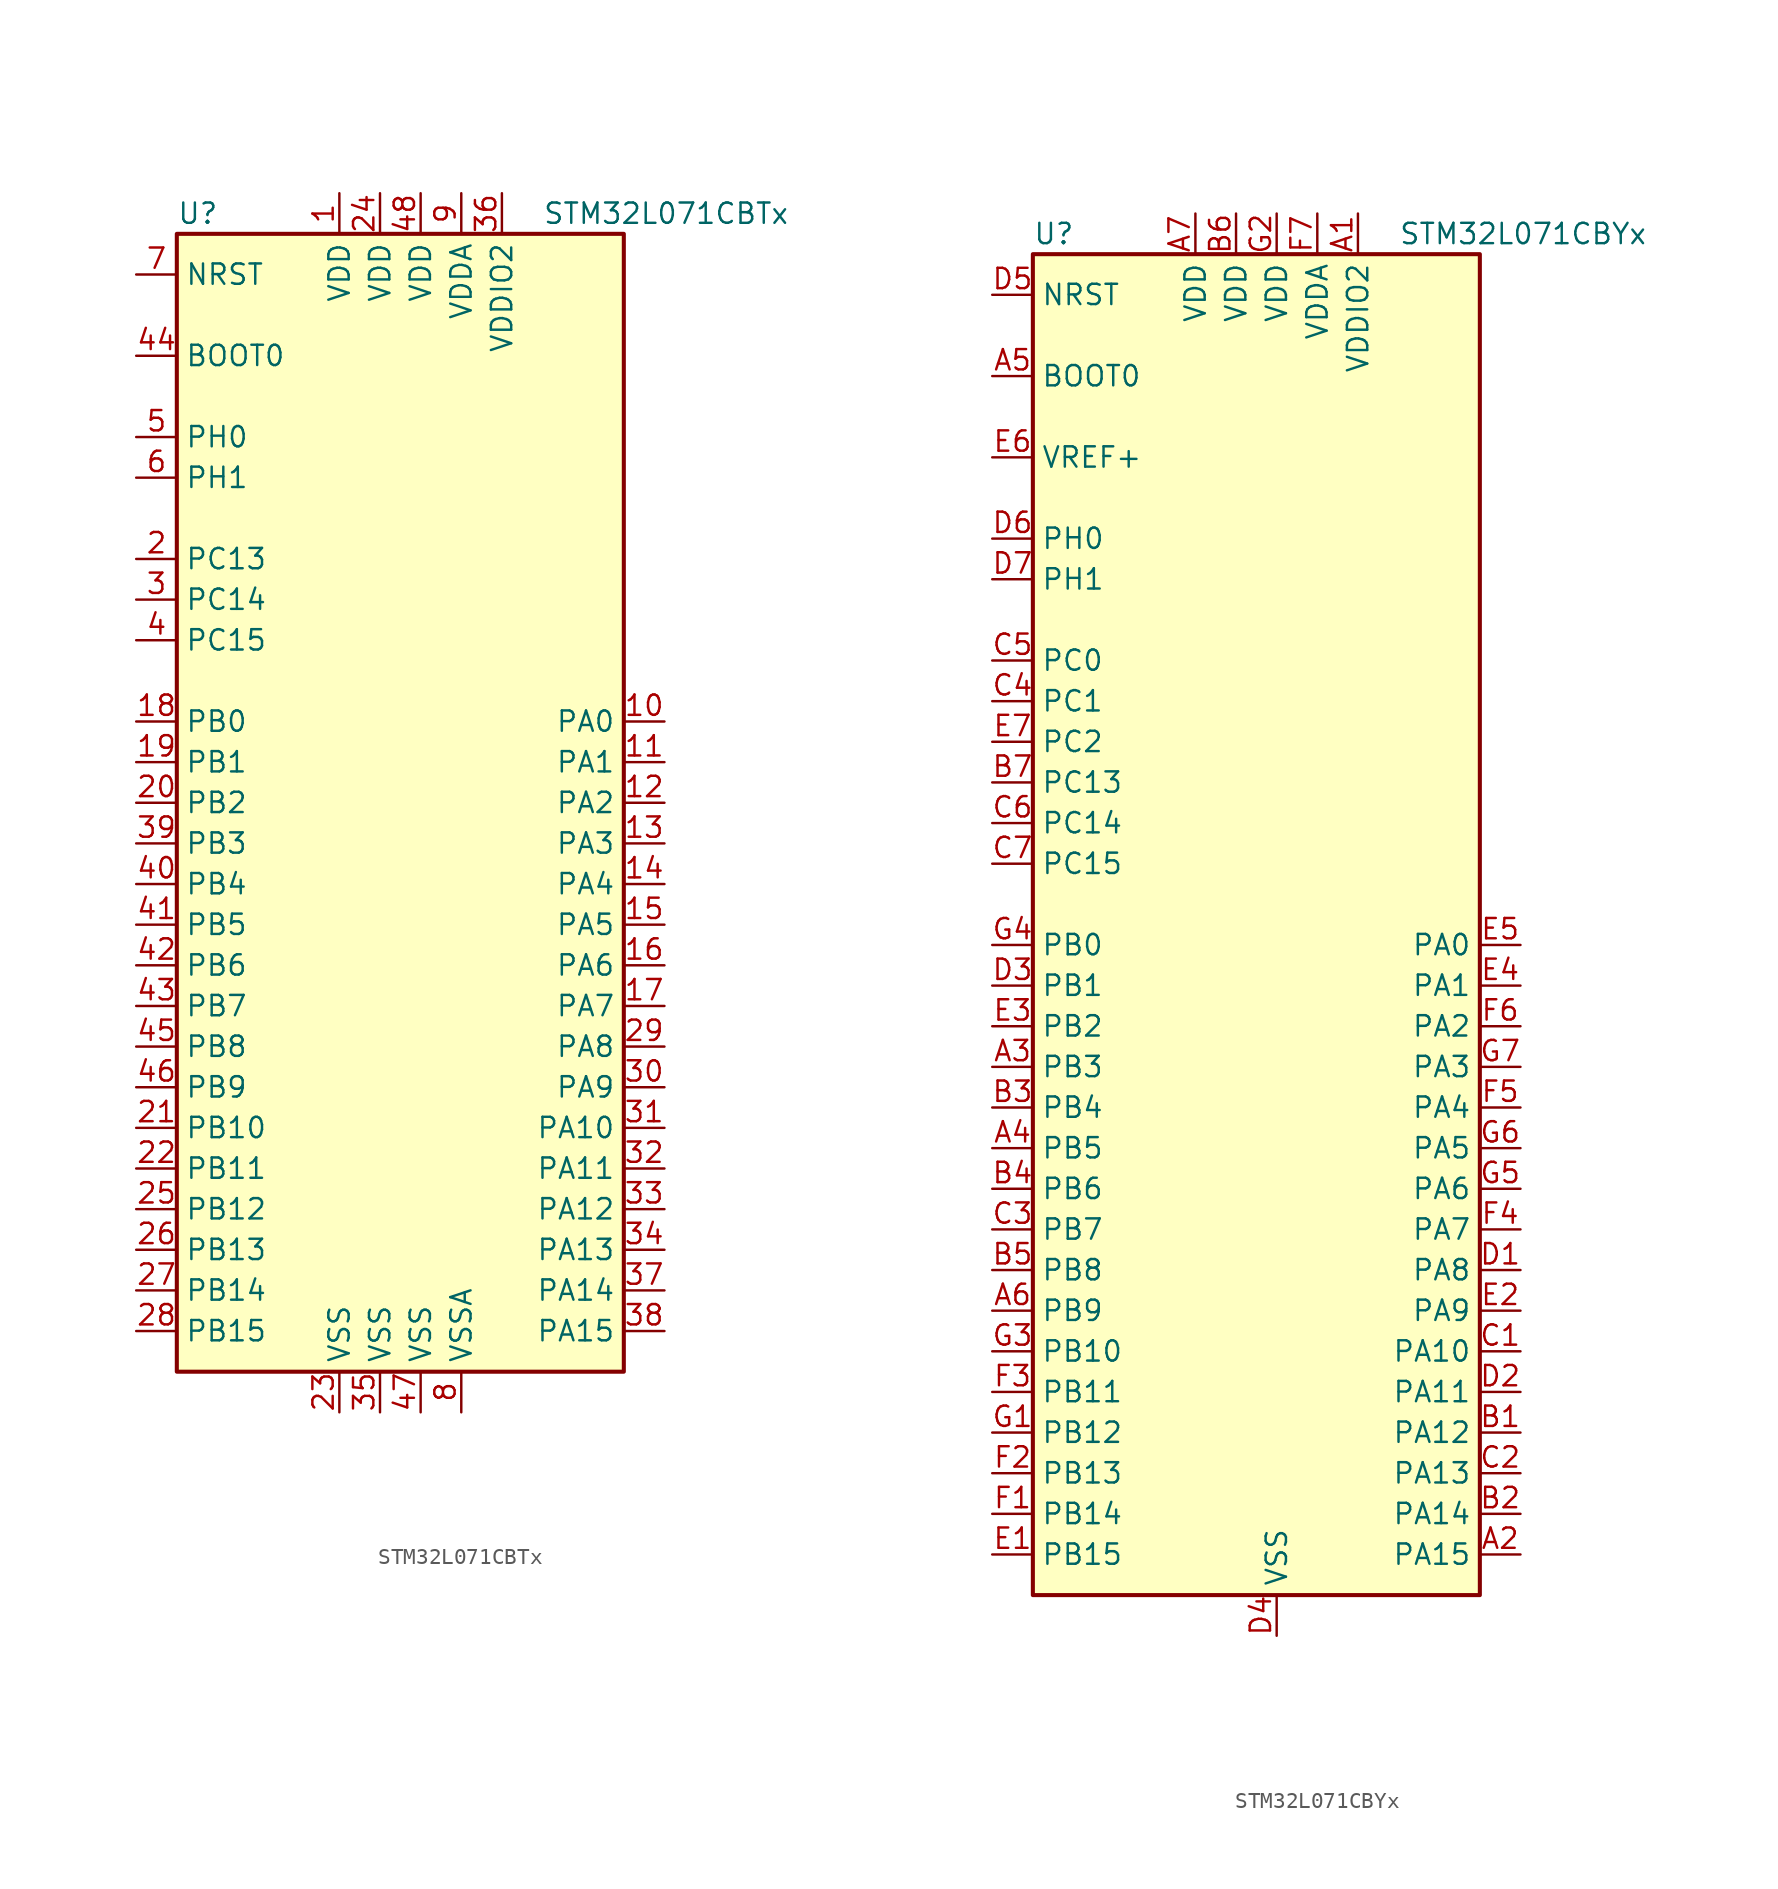
<source format=kicad_sym>
(kicad_symbol_lib
  (version 20201005)
  (generator kicad_symbol_editor)
  (symbol "MCU_ST_STM32L0:STM32L071CBTx"
    (property "Reference" "U"
      (at -15.24 36.83 0)
      (effects (font (size 1.27 1.27)) (justify left)))
    (property "Value" "STM32L071CBTx"
      (at 7.62 36.83 0)
      (effects (font (size 1.27 1.27)) (justify left)))
    (symbol "STM32L071CBTx_0_1"
      (rectangle (start -15.24 -35.56) (end 12.7 35.56) (stroke (width 0.254)) (fill (type background))))
    (symbol "STM32L071CBTx_1_1"
      (pin input line (at -17.78 27.94 0) (length 2.54) (name "BOOT0" (effects (font (size 1.27 1.27)))) (number "44" (effects (font (size 1.27 1.27)))))
      (pin input line (at -17.78 33.02 0) (length 2.54) (name "NRST" (effects (font (size 1.27 1.27)))) (number "7" (effects (font (size 1.27 1.27)))))
      (pin bidirectional line (at 15.24 5.08 180) (length 2.54) (name "PA0" (effects (font (size 1.27 1.27)))) (number "10" (effects (font (size 1.27 1.27)))))
      (pin bidirectional line (at 15.24 2.54 180) (length 2.54) (name "PA1" (effects (font (size 1.27 1.27)))) (number "11" (effects (font (size 1.27 1.27)))))
      (pin bidirectional line (at 15.24 -20.32 180) (length 2.54) (name "PA10" (effects (font (size 1.27 1.27)))) (number "31" (effects (font (size 1.27 1.27)))))
      (pin bidirectional line (at 15.24 -22.86 180) (length 2.54) (name "PA11" (effects (font (size 1.27 1.27)))) (number "32" (effects (font (size 1.27 1.27)))))
      (pin bidirectional line (at 15.24 -25.4 180) (length 2.54) (name "PA12" (effects (font (size 1.27 1.27)))) (number "33" (effects (font (size 1.27 1.27)))))
      (pin bidirectional line (at 15.24 -27.94 180) (length 2.54) (name "PA13" (effects (font (size 1.27 1.27)))) (number "34" (effects (font (size 1.27 1.27)))))
      (pin bidirectional line (at 15.24 -30.48 180) (length 2.54) (name "PA14" (effects (font (size 1.27 1.27)))) (number "37" (effects (font (size 1.27 1.27)))))
      (pin bidirectional line (at 15.24 -33.02 180) (length 2.54) (name "PA15" (effects (font (size 1.27 1.27)))) (number "38" (effects (font (size 1.27 1.27)))))
      (pin bidirectional line (at 15.24 0 180) (length 2.54) (name "PA2" (effects (font (size 1.27 1.27)))) (number "12" (effects (font (size 1.27 1.27)))))
      (pin bidirectional line (at 15.24 -2.54 180) (length 2.54) (name "PA3" (effects (font (size 1.27 1.27)))) (number "13" (effects (font (size 1.27 1.27)))))
      (pin bidirectional line (at 15.24 -5.08 180) (length 2.54) (name "PA4" (effects (font (size 1.27 1.27)))) (number "14" (effects (font (size 1.27 1.27)))))
      (pin bidirectional line (at 15.24 -7.62 180) (length 2.54) (name "PA5" (effects (font (size 1.27 1.27)))) (number "15" (effects (font (size 1.27 1.27)))))
      (pin bidirectional line (at 15.24 -10.16 180) (length 2.54) (name "PA6" (effects (font (size 1.27 1.27)))) (number "16" (effects (font (size 1.27 1.27)))))
      (pin bidirectional line (at 15.24 -12.7 180) (length 2.54) (name "PA7" (effects (font (size 1.27 1.27)))) (number "17" (effects (font (size 1.27 1.27)))))
      (pin bidirectional line (at 15.24 -15.24 180) (length 2.54) (name "PA8" (effects (font (size 1.27 1.27)))) (number "29" (effects (font (size 1.27 1.27)))))
      (pin bidirectional line (at 15.24 -17.78 180) (length 2.54) (name "PA9" (effects (font (size 1.27 1.27)))) (number "30" (effects (font (size 1.27 1.27)))))
      (pin bidirectional line (at -17.78 5.08 0) (length 2.54) (name "PB0" (effects (font (size 1.27 1.27)))) (number "18" (effects (font (size 1.27 1.27)))))
      (pin bidirectional line (at -17.78 2.54 0) (length 2.54) (name "PB1" (effects (font (size 1.27 1.27)))) (number "19" (effects (font (size 1.27 1.27)))))
      (pin bidirectional line (at -17.78 -20.32 0) (length 2.54) (name "PB10" (effects (font (size 1.27 1.27)))) (number "21" (effects (font (size 1.27 1.27)))))
      (pin bidirectional line (at -17.78 -22.86 0) (length 2.54) (name "PB11" (effects (font (size 1.27 1.27)))) (number "22" (effects (font (size 1.27 1.27)))))
      (pin bidirectional line (at -17.78 -25.4 0) (length 2.54) (name "PB12" (effects (font (size 1.27 1.27)))) (number "25" (effects (font (size 1.27 1.27)))))
      (pin bidirectional line (at -17.78 -27.94 0) (length 2.54) (name "PB13" (effects (font (size 1.27 1.27)))) (number "26" (effects (font (size 1.27 1.27)))))
      (pin bidirectional line (at -17.78 -30.48 0) (length 2.54) (name "PB14" (effects (font (size 1.27 1.27)))) (number "27" (effects (font (size 1.27 1.27)))))
      (pin bidirectional line (at -17.78 -33.02 0) (length 2.54) (name "PB15" (effects (font (size 1.27 1.27)))) (number "28" (effects (font (size 1.27 1.27)))))
      (pin bidirectional line (at -17.78 0 0) (length 2.54) (name "PB2" (effects (font (size 1.27 1.27)))) (number "20" (effects (font (size 1.27 1.27)))))
      (pin bidirectional line (at -17.78 -2.54 0) (length 2.54) (name "PB3" (effects (font (size 1.27 1.27)))) (number "39" (effects (font (size 1.27 1.27)))))
      (pin bidirectional line (at -17.78 -5.08 0) (length 2.54) (name "PB4" (effects (font (size 1.27 1.27)))) (number "40" (effects (font (size 1.27 1.27)))))
      (pin bidirectional line (at -17.78 -7.62 0) (length 2.54) (name "PB5" (effects (font (size 1.27 1.27)))) (number "41" (effects (font (size 1.27 1.27)))))
      (pin bidirectional line (at -17.78 -10.16 0) (length 2.54) (name "PB6" (effects (font (size 1.27 1.27)))) (number "42" (effects (font (size 1.27 1.27)))))
      (pin bidirectional line (at -17.78 -12.7 0) (length 2.54) (name "PB7" (effects (font (size 1.27 1.27)))) (number "43" (effects (font (size 1.27 1.27)))))
      (pin bidirectional line (at -17.78 -15.24 0) (length 2.54) (name "PB8" (effects (font (size 1.27 1.27)))) (number "45" (effects (font (size 1.27 1.27)))))
      (pin bidirectional line (at -17.78 -17.78 0) (length 2.54) (name "PB9" (effects (font (size 1.27 1.27)))) (number "46" (effects (font (size 1.27 1.27)))))
      (pin bidirectional line (at -17.78 15.24 0) (length 2.54) (name "PC13" (effects (font (size 1.27 1.27)))) (number "2" (effects (font (size 1.27 1.27)))))
      (pin bidirectional line (at -17.78 12.7 0) (length 2.54) (name "PC14" (effects (font (size 1.27 1.27)))) (number "3" (effects (font (size 1.27 1.27)))))
      (pin bidirectional line (at -17.78 10.16 0) (length 2.54) (name "PC15" (effects (font (size 1.27 1.27)))) (number "4" (effects (font (size 1.27 1.27)))))
      (pin input line (at -17.78 22.86 0) (length 2.54) (name "PH0" (effects (font (size 1.27 1.27)))) (number "5" (effects (font (size 1.27 1.27)))))
      (pin input line (at -17.78 20.32 0) (length 2.54) (name "PH1" (effects (font (size 1.27 1.27)))) (number "6" (effects (font (size 1.27 1.27)))))
      (pin power_in line (at -5.08 38.1 270) (length 2.54) (name "VDD" (effects (font (size 1.27 1.27)))) (number "1" (effects (font (size 1.27 1.27)))))
      (pin power_in line (at -2.54 38.1 270) (length 2.54) (name "VDD" (effects (font (size 1.27 1.27)))) (number "24" (effects (font (size 1.27 1.27)))))
      (pin power_in line (at 0 38.1 270) (length 2.54) (name "VDD" (effects (font (size 1.27 1.27)))) (number "48" (effects (font (size 1.27 1.27)))))
      (pin power_in line (at 2.54 38.1 270) (length 2.54) (name "VDDA" (effects (font (size 1.27 1.27)))) (number "9" (effects (font (size 1.27 1.27)))))
      (pin power_in line (at 5.08 38.1 270) (length 2.54) (name "VDDIO2" (effects (font (size 1.27 1.27)))) (number "36" (effects (font (size 1.27 1.27)))))
      (pin power_in line (at -5.08 -38.1 90) (length 2.54) (name "VSS" (effects (font (size 1.27 1.27)))) (number "23" (effects (font (size 1.27 1.27)))))
      (pin power_in line (at -2.54 -38.1 90) (length 2.54) (name "VSS" (effects (font (size 1.27 1.27)))) (number "35" (effects (font (size 1.27 1.27)))))
      (pin power_in line (at 0 -38.1 90) (length 2.54) (name "VSS" (effects (font (size 1.27 1.27)))) (number "47" (effects (font (size 1.27 1.27)))))
      (pin power_in line (at 2.54 -38.1 90) (length 2.54) (name "VSSA" (effects (font (size 1.27 1.27)))) (number "8" (effects (font (size 1.27 1.27)))))))
  (symbol "MCU_ST_STM32L0:STM32L071CBYx"
    (property "Reference" "U"
      (at -15.24 41.91 0)
      (effects (font (size 1.27 1.27)) (justify left)))
    (property "Value" "STM32L071CBYx"
      (at 7.62 41.91 0)
      (effects (font (size 1.27 1.27)) (justify left)))
    (symbol "STM32L071CBYx_0_1"
      (rectangle (start -15.24 -43.18) (end 12.7 40.64) (stroke (width 0.254)) (fill (type background))))
    (symbol "STM32L071CBYx_1_1"
      (pin input line (at -17.78 33.02 0) (length 2.54) (name "BOOT0" (effects (font (size 1.27 1.27)))) (number "A5" (effects (font (size 1.27 1.27)))))
      (pin input line (at -17.78 38.1 0) (length 2.54) (name "NRST" (effects (font (size 1.27 1.27)))) (number "D5" (effects (font (size 1.27 1.27)))))
      (pin bidirectional line (at 15.24 -2.54 180) (length 2.54) (name "PA0" (effects (font (size 1.27 1.27)))) (number "E5" (effects (font (size 1.27 1.27)))))
      (pin bidirectional line (at 15.24 -5.08 180) (length 2.54) (name "PA1" (effects (font (size 1.27 1.27)))) (number "E4" (effects (font (size 1.27 1.27)))))
      (pin bidirectional line (at 15.24 -27.94 180) (length 2.54) (name "PA10" (effects (font (size 1.27 1.27)))) (number "C1" (effects (font (size 1.27 1.27)))))
      (pin bidirectional line (at 15.24 -30.48 180) (length 2.54) (name "PA11" (effects (font (size 1.27 1.27)))) (number "D2" (effects (font (size 1.27 1.27)))))
      (pin bidirectional line (at 15.24 -33.02 180) (length 2.54) (name "PA12" (effects (font (size 1.27 1.27)))) (number "B1" (effects (font (size 1.27 1.27)))))
      (pin bidirectional line (at 15.24 -35.56 180) (length 2.54) (name "PA13" (effects (font (size 1.27 1.27)))) (number "C2" (effects (font (size 1.27 1.27)))))
      (pin bidirectional line (at 15.24 -38.1 180) (length 2.54) (name "PA14" (effects (font (size 1.27 1.27)))) (number "B2" (effects (font (size 1.27 1.27)))))
      (pin bidirectional line (at 15.24 -40.64 180) (length 2.54) (name "PA15" (effects (font (size 1.27 1.27)))) (number "A2" (effects (font (size 1.27 1.27)))))
      (pin bidirectional line (at 15.24 -7.62 180) (length 2.54) (name "PA2" (effects (font (size 1.27 1.27)))) (number "F6" (effects (font (size 1.27 1.27)))))
      (pin bidirectional line (at 15.24 -10.16 180) (length 2.54) (name "PA3" (effects (font (size 1.27 1.27)))) (number "G7" (effects (font (size 1.27 1.27)))))
      (pin bidirectional line (at 15.24 -12.7 180) (length 2.54) (name "PA4" (effects (font (size 1.27 1.27)))) (number "F5" (effects (font (size 1.27 1.27)))))
      (pin bidirectional line (at 15.24 -15.24 180) (length 2.54) (name "PA5" (effects (font (size 1.27 1.27)))) (number "G6" (effects (font (size 1.27 1.27)))))
      (pin bidirectional line (at 15.24 -17.78 180) (length 2.54) (name "PA6" (effects (font (size 1.27 1.27)))) (number "G5" (effects (font (size 1.27 1.27)))))
      (pin bidirectional line (at 15.24 -20.32 180) (length 2.54) (name "PA7" (effects (font (size 1.27 1.27)))) (number "F4" (effects (font (size 1.27 1.27)))))
      (pin bidirectional line (at 15.24 -22.86 180) (length 2.54) (name "PA8" (effects (font (size 1.27 1.27)))) (number "D1" (effects (font (size 1.27 1.27)))))
      (pin bidirectional line (at 15.24 -25.4 180) (length 2.54) (name "PA9" (effects (font (size 1.27 1.27)))) (number "E2" (effects (font (size 1.27 1.27)))))
      (pin bidirectional line (at -17.78 -2.54 0) (length 2.54) (name "PB0" (effects (font (size 1.27 1.27)))) (number "G4" (effects (font (size 1.27 1.27)))))
      (pin bidirectional line (at -17.78 -5.08 0) (length 2.54) (name "PB1" (effects (font (size 1.27 1.27)))) (number "D3" (effects (font (size 1.27 1.27)))))
      (pin bidirectional line (at -17.78 -27.94 0) (length 2.54) (name "PB10" (effects (font (size 1.27 1.27)))) (number "G3" (effects (font (size 1.27 1.27)))))
      (pin bidirectional line (at -17.78 -30.48 0) (length 2.54) (name "PB11" (effects (font (size 1.27 1.27)))) (number "F3" (effects (font (size 1.27 1.27)))))
      (pin bidirectional line (at -17.78 -33.02 0) (length 2.54) (name "PB12" (effects (font (size 1.27 1.27)))) (number "G1" (effects (font (size 1.27 1.27)))))
      (pin bidirectional line (at -17.78 -35.56 0) (length 2.54) (name "PB13" (effects (font (size 1.27 1.27)))) (number "F2" (effects (font (size 1.27 1.27)))))
      (pin bidirectional line (at -17.78 -38.1 0) (length 2.54) (name "PB14" (effects (font (size 1.27 1.27)))) (number "F1" (effects (font (size 1.27 1.27)))))
      (pin bidirectional line (at -17.78 -40.64 0) (length 2.54) (name "PB15" (effects (font (size 1.27 1.27)))) (number "E1" (effects (font (size 1.27 1.27)))))
      (pin bidirectional line (at -17.78 -7.62 0) (length 2.54) (name "PB2" (effects (font (size 1.27 1.27)))) (number "E3" (effects (font (size 1.27 1.27)))))
      (pin bidirectional line (at -17.78 -10.16 0) (length 2.54) (name "PB3" (effects (font (size 1.27 1.27)))) (number "A3" (effects (font (size 1.27 1.27)))))
      (pin bidirectional line (at -17.78 -12.7 0) (length 2.54) (name "PB4" (effects (font (size 1.27 1.27)))) (number "B3" (effects (font (size 1.27 1.27)))))
      (pin bidirectional line (at -17.78 -15.24 0) (length 2.54) (name "PB5" (effects (font (size 1.27 1.27)))) (number "A4" (effects (font (size 1.27 1.27)))))
      (pin bidirectional line (at -17.78 -17.78 0) (length 2.54) (name "PB6" (effects (font (size 1.27 1.27)))) (number "B4" (effects (font (size 1.27 1.27)))))
      (pin bidirectional line (at -17.78 -20.32 0) (length 2.54) (name "PB7" (effects (font (size 1.27 1.27)))) (number "C3" (effects (font (size 1.27 1.27)))))
      (pin bidirectional line (at -17.78 -22.86 0) (length 2.54) (name "PB8" (effects (font (size 1.27 1.27)))) (number "B5" (effects (font (size 1.27 1.27)))))
      (pin bidirectional line (at -17.78 -25.4 0) (length 2.54) (name "PB9" (effects (font (size 1.27 1.27)))) (number "A6" (effects (font (size 1.27 1.27)))))
      (pin bidirectional line (at -17.78 15.24 0) (length 2.54) (name "PC0" (effects (font (size 1.27 1.27)))) (number "C5" (effects (font (size 1.27 1.27)))))
      (pin bidirectional line (at -17.78 12.7 0) (length 2.54) (name "PC1" (effects (font (size 1.27 1.27)))) (number "C4" (effects (font (size 1.27 1.27)))))
      (pin bidirectional line (at -17.78 7.62 0) (length 2.54) (name "PC13" (effects (font (size 1.27 1.27)))) (number "B7" (effects (font (size 1.27 1.27)))))
      (pin bidirectional line (at -17.78 5.08 0) (length 2.54) (name "PC14" (effects (font (size 1.27 1.27)))) (number "C6" (effects (font (size 1.27 1.27)))))
      (pin bidirectional line (at -17.78 2.54 0) (length 2.54) (name "PC15" (effects (font (size 1.27 1.27)))) (number "C7" (effects (font (size 1.27 1.27)))))
      (pin bidirectional line (at -17.78 10.16 0) (length 2.54) (name "PC2" (effects (font (size 1.27 1.27)))) (number "E7" (effects (font (size 1.27 1.27)))))
      (pin input line (at -17.78 22.86 0) (length 2.54) (name "PH0" (effects (font (size 1.27 1.27)))) (number "D6" (effects (font (size 1.27 1.27)))))
      (pin input line (at -17.78 20.32 0) (length 2.54) (name "PH1" (effects (font (size 1.27 1.27)))) (number "D7" (effects (font (size 1.27 1.27)))))
      (pin power_in line (at -5.08 43.18 270) (length 2.54) (name "VDD" (effects (font (size 1.27 1.27)))) (number "A7" (effects (font (size 1.27 1.27)))))
      (pin power_in line (at -2.54 43.18 270) (length 2.54) (name "VDD" (effects (font (size 1.27 1.27)))) (number "B6" (effects (font (size 1.27 1.27)))))
      (pin power_in line (at 0 43.18 270) (length 2.54) (name "VDD" (effects (font (size 1.27 1.27)))) (number "G2" (effects (font (size 1.27 1.27)))))
      (pin power_in line (at 2.54 43.18 270) (length 2.54) (name "VDDA" (effects (font (size 1.27 1.27)))) (number "F7" (effects (font (size 1.27 1.27)))))
      (pin power_in line (at 5.08 43.18 270) (length 2.54) (name "VDDIO2" (effects (font (size 1.27 1.27)))) (number "A1" (effects (font (size 1.27 1.27)))))
      (pin power_in line (at -17.78 27.94 0) (length 2.54) (name "VREF+" (effects (font (size 1.27 1.27)))) (number "E6" (effects (font (size 1.27 1.27)))))
      (pin power_in line (at 0 -45.72 90) (length 2.54) (name "VSS" (effects (font (size 1.27 1.27)))) (number "D4" (effects (font (size 1.27 1.27))))))))
</source>
